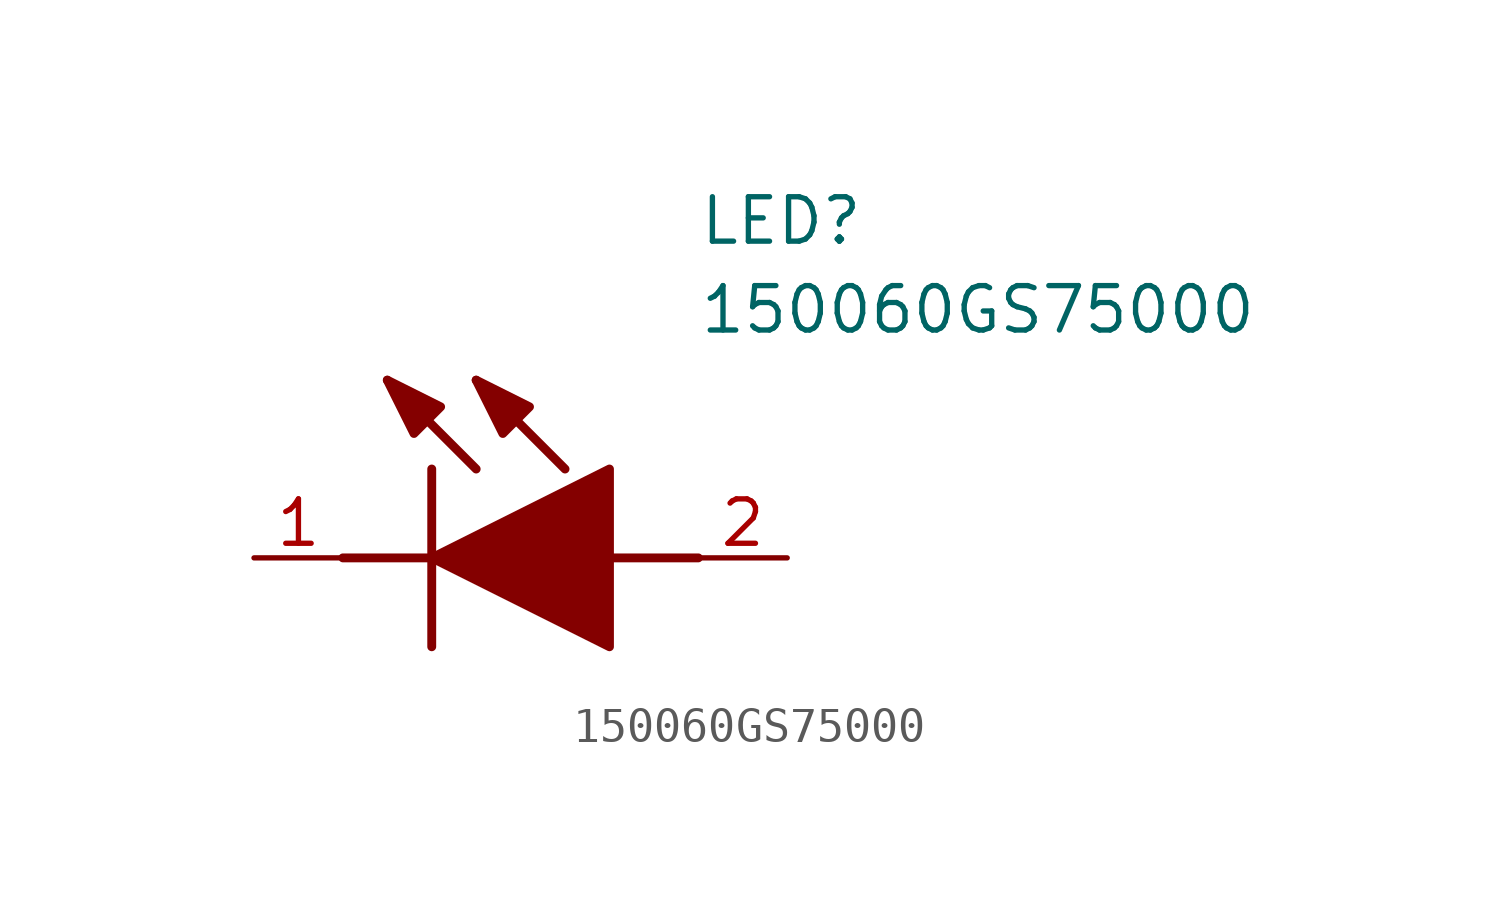
<source format=kicad_sym>
(kicad_symbol_lib
  (version 20211014)
  (generator SamacSys_ECAD_Model)
  (symbol "150060GS75000"
    (pin_names hide)
    (property "Reference" "LED"
      (at 12.7 8.89 0)
      (effects (font (size 1.27 1.27)) (justify left bottom)))
    (property "Value" "150060GS75000"
      (at 12.7 6.35 0)
      (effects (font (size 1.27 1.27)) (justify left bottom)))
    (polyline
      (pts (xy 5.08 2.54) (xy 5.08 -2.54))
      (stroke (width 0.254) (type default))
      (fill (type none)))
    (polyline
      (pts (xy 6.35 2.54) (xy 3.81 5.08))
      (stroke (width 0.254) (type default))
      (fill (type none)))
    (polyline
      (pts (xy 8.89 2.54) (xy 6.35 5.08))
      (stroke (width 0.254) (type default))
      (fill (type none)))
    (polyline
      (pts (xy 2.54 0) (xy 5.08 0))
      (stroke (width 0.254) (type default))
      (fill (type none)))
    (polyline
      (pts (xy 10.16 0) (xy 12.7 0))
      (stroke (width 0.254) (type default))
      (fill (type none)))
    (polyline
      (pts (xy 5.08 0) (xy 10.16 2.54) (xy 10.16 -2.54) (xy 5.08 0))
      (stroke (width 0.254) (type default))
      (fill (type outline)))
    (polyline
      (pts (xy 5.334 4.318) (xy 4.572 3.556) (xy 3.81 5.08) (xy 5.334 4.318))
      (stroke (width 0.254) (type default))
      (fill (type outline)))
    (polyline
      (pts (xy 7.874 4.318) (xy 7.112 3.556) (xy 6.35 5.08) (xy 7.874 4.318))
      (stroke (width 0.254) (type default))
      (fill (type outline)))
    (pin passive line
      (at 0 0 0)
      (length 2.54)
      (name "K" (effects (font (size 1.27 1.27))))
      (number "1" (effects (font (size 1.27 1.27)))))
    (pin passive line
      (at 15.24 0 180)
      (length 2.54)
      (name "A" (effects (font (size 1.27 1.27))))
      (number "2" (effects (font (size 1.27 1.27)))))))
</source>
